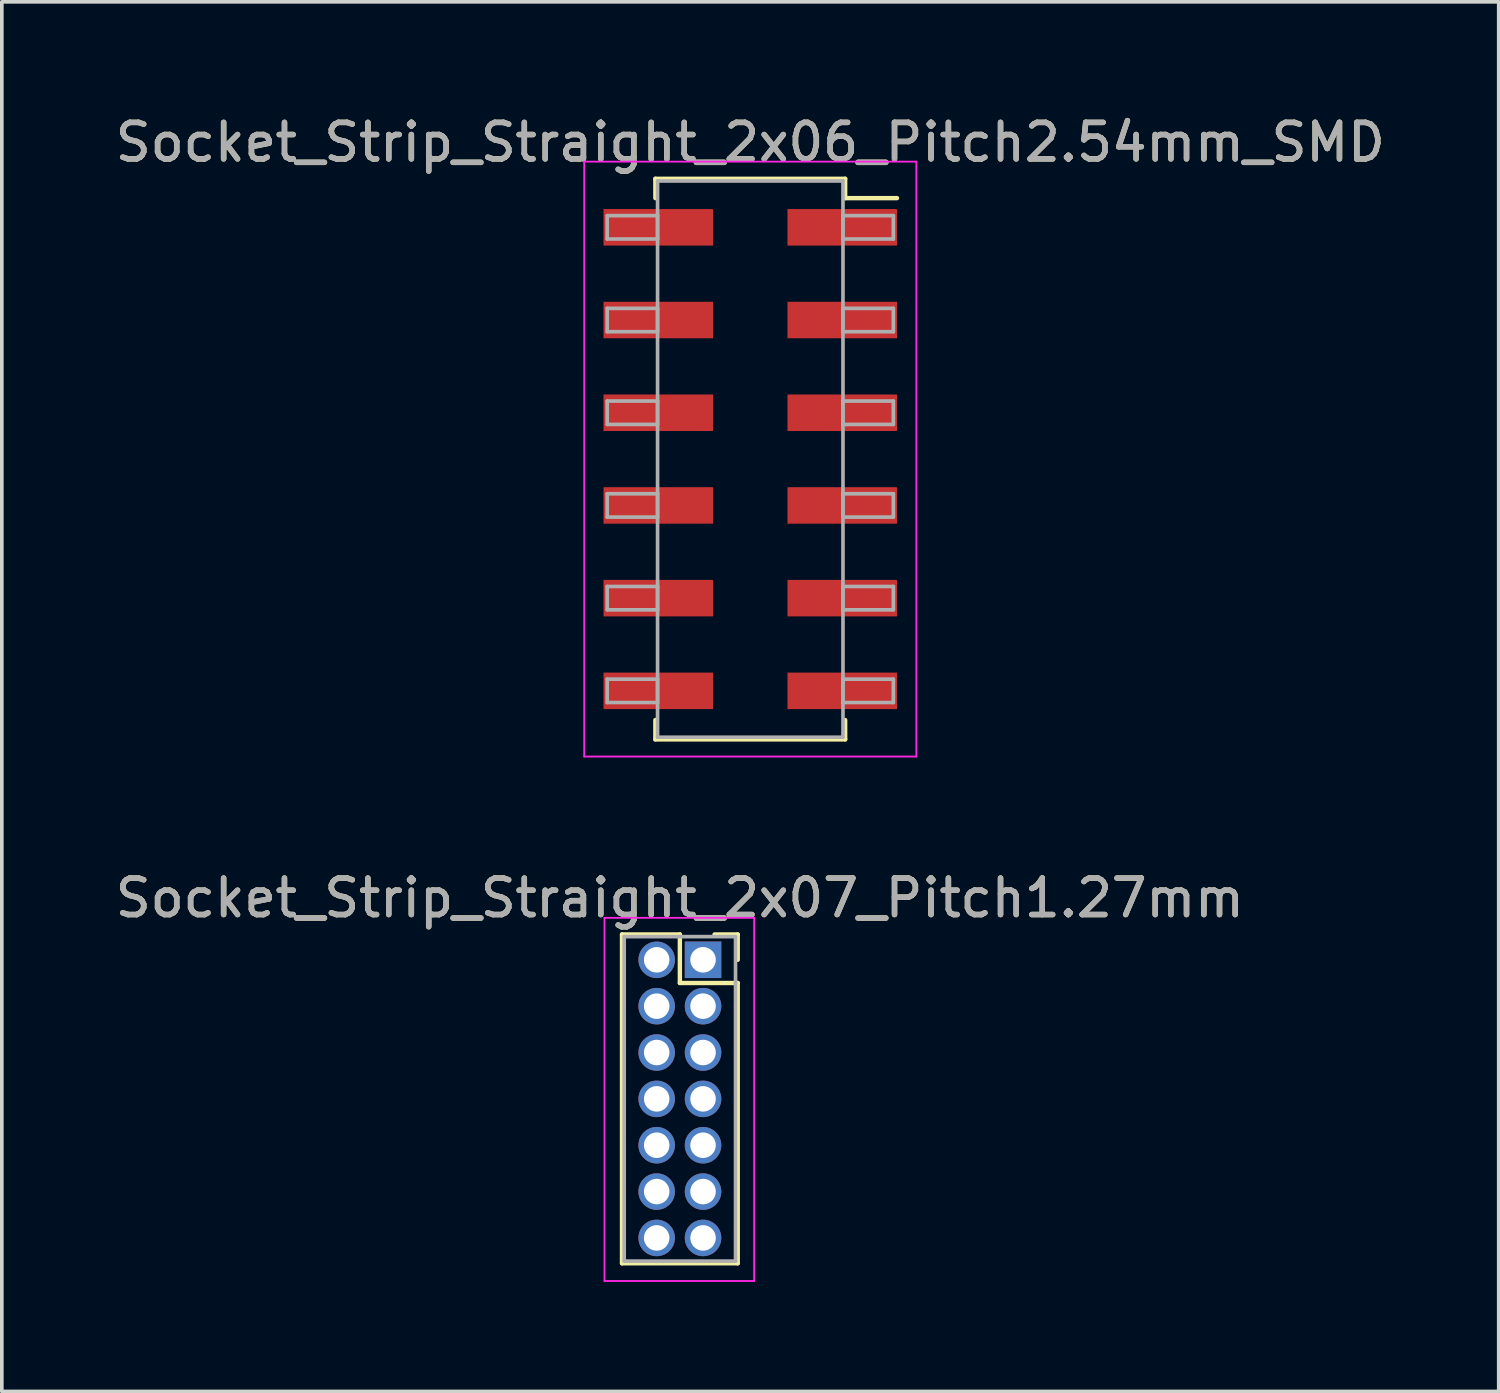
<source format=kicad_pcb>
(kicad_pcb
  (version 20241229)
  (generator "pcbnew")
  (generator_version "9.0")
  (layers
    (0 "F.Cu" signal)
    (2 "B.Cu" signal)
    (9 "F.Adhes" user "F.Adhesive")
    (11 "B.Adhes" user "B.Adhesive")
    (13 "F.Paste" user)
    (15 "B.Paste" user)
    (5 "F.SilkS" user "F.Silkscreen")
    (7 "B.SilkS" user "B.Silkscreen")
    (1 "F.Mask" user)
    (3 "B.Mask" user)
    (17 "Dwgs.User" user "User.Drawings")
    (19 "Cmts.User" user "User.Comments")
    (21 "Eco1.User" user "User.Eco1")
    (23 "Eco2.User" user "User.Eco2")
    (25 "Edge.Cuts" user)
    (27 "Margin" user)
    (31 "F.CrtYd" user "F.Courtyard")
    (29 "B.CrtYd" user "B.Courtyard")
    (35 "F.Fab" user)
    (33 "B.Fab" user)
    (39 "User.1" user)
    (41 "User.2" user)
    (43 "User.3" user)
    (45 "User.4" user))
  (footprint "Socket_Strip_Straight_2x06_Pitch2.54mm_SMD"
    (layer "F.Cu")
    (at 17.506 9.528)
    (property "Reference" "Socket_Strip_Straight_2x06_Pitch2.54mm_SMD" (at 0 -8.68 0) (layer "F.SilkS") (effects (font (size 1 1) (thickness 0.15))))
    (attr smd)
    (fp_line (start -2.6 -7.68) (end 2.6 -7.68) (stroke (width 0.12) (type solid)) (layer "F.SilkS"))
    (fp_line (start -2.6 -7.15) (end -2.6 -7.68) (stroke (width 0.12) (type solid)) (layer "F.SilkS"))
    (fp_line (start -2.6 7.15) (end -2.6 7.68) (stroke (width 0.12) (type solid)) (layer "F.SilkS"))
    (fp_line (start -2.6 7.68) (end 2.6 7.68) (stroke (width 0.12) (type solid)) (layer "F.SilkS"))
    (fp_line (start 2.6 -7.68) (end 2.6 -7.15) (stroke (width 0.12) (type solid)) (layer "F.SilkS"))
    (fp_line (start 2.6 7.68) (end 2.6 7.15) (stroke (width 0.12) (type solid)) (layer "F.SilkS"))
    (fp_line (start 4.02 -7.15) (end 2.6 -7.15) (stroke (width 0.12) (type solid)) (layer "F.SilkS"))
    (fp_line (start -4.55 -8.15) (end -4.55 8.15) (stroke (width 0.05) (type solid)) (layer "F.CrtYd"))
    (fp_line (start -4.55 8.15) (end 4.55 8.15) (stroke (width 0.05) (type solid)) (layer "F.CrtYd"))
    (fp_line (start 4.55 -8.15) (end -4.55 -8.15) (stroke (width 0.05) (type solid)) (layer "F.CrtYd"))
    (fp_line (start 4.55 8.15) (end 4.55 -8.15) (stroke (width 0.05) (type solid)) (layer "F.CrtYd"))
    (fp_line (start -3.92 -6.67) (end -2.54 -6.67) (stroke (width 0.1) (type solid)) (layer "F.Fab"))
    (fp_line (start -3.92 -6.03) (end -3.92 -6.67) (stroke (width 0.1) (type solid)) (layer "F.Fab"))
    (fp_line (start -3.92 -4.13) (end -2.54 -4.13) (stroke (width 0.1) (type solid)) (layer "F.Fab"))
    (fp_line (start -3.92 -3.49) (end -3.92 -4.13) (stroke (width 0.1) (type solid)) (layer "F.Fab"))
    (fp_line (start -3.92 -1.59) (end -2.54 -1.59) (stroke (width 0.1) (type solid)) (layer "F.Fab"))
    (fp_line (start -3.92 -0.95) (end -3.92 -1.59) (stroke (width 0.1) (type solid)) (layer "F.Fab"))
    (fp_line (start -3.92 0.95) (end -2.54 0.95) (stroke (width 0.1) (type solid)) (layer "F.Fab"))
    (fp_line (start -3.92 1.59) (end -3.92 0.95) (stroke (width 0.1) (type solid)) (layer "F.Fab"))
    (fp_line (start -3.92 3.49) (end -2.54 3.49) (stroke (width 0.1) (type solid)) (layer "F.Fab"))
    (fp_line (start -3.92 4.13) (end -3.92 3.49) (stroke (width 0.1) (type solid)) (layer "F.Fab"))
    (fp_line (start -3.92 6.03) (end -2.54 6.03) (stroke (width 0.1) (type solid)) (layer "F.Fab"))
    (fp_line (start -3.92 6.67) (end -3.92 6.03) (stroke (width 0.1) (type solid)) (layer "F.Fab"))
    (fp_line (start -2.54 -7.62) (end -2.54 7.62) (stroke (width 0.1) (type solid)) (layer "F.Fab"))
    (fp_line (start -2.54 -6.67) (end -2.54 -6.03) (stroke (width 0.1) (type solid)) (layer "F.Fab"))
    (fp_line (start -2.54 -6.03) (end -3.92 -6.03) (stroke (width 0.1) (type solid)) (layer "F.Fab"))
    (fp_line (start -2.54 -4.13) (end -2.54 -3.49) (stroke (width 0.1) (type solid)) (layer "F.Fab"))
    (fp_line (start -2.54 -3.49) (end -3.92 -3.49) (stroke (width 0.1) (type solid)) (layer "F.Fab"))
    (fp_line (start -2.54 -1.59) (end -2.54 -0.95) (stroke (width 0.1) (type solid)) (layer "F.Fab"))
    (fp_line (start -2.54 -0.95) (end -3.92 -0.95) (stroke (width 0.1) (type solid)) (layer "F.Fab"))
    (fp_line (start -2.54 0.95) (end -2.54 1.59) (stroke (width 0.1) (type solid)) (layer "F.Fab"))
    (fp_line (start -2.54 1.59) (end -3.92 1.59) (stroke (width 0.1) (type solid)) (layer "F.Fab"))
    (fp_line (start -2.54 3.49) (end -2.54 4.13) (stroke (width 0.1) (type solid)) (layer "F.Fab"))
    (fp_line (start -2.54 4.13) (end -3.92 4.13) (stroke (width 0.1) (type solid)) (layer "F.Fab"))
    (fp_line (start -2.54 6.03) (end -2.54 6.67) (stroke (width 0.1) (type solid)) (layer "F.Fab"))
    (fp_line (start -2.54 6.67) (end -3.92 6.67) (stroke (width 0.1) (type solid)) (layer "F.Fab"))
    (fp_line (start -2.54 7.62) (end 2.54 7.62) (stroke (width 0.1) (type solid)) (layer "F.Fab"))
    (fp_line (start 2.54 -7.62) (end -2.54 -7.62) (stroke (width 0.1) (type solid)) (layer "F.Fab"))
    (fp_line (start 2.54 -6.67) (end 2.54 -6.03) (stroke (width 0.1) (type solid)) (layer "F.Fab"))
    (fp_line (start 2.54 -6.03) (end 3.92 -6.03) (stroke (width 0.1) (type solid)) (layer "F.Fab"))
    (fp_line (start 2.54 -4.13) (end 2.54 -3.49) (stroke (width 0.1) (type solid)) (layer "F.Fab"))
    (fp_line (start 2.54 -3.49) (end 3.92 -3.49) (stroke (width 0.1) (type solid)) (layer "F.Fab"))
    (fp_line (start 2.54 -1.59) (end 2.54 -0.95) (stroke (width 0.1) (type solid)) (layer "F.Fab"))
    (fp_line (start 2.54 -0.95) (end 3.92 -0.95) (stroke (width 0.1) (type solid)) (layer "F.Fab"))
    (fp_line (start 2.54 0.95) (end 2.54 1.59) (stroke (width 0.1) (type solid)) (layer "F.Fab"))
    (fp_line (start 2.54 1.59) (end 3.92 1.59) (stroke (width 0.1) (type solid)) (layer "F.Fab"))
    (fp_line (start 2.54 3.49) (end 2.54 4.13) (stroke (width 0.1) (type solid)) (layer "F.Fab"))
    (fp_line (start 2.54 4.13) (end 3.92 4.13) (stroke (width 0.1) (type solid)) (layer "F.Fab"))
    (fp_line (start 2.54 6.03) (end 2.54 6.67) (stroke (width 0.1) (type solid)) (layer "F.Fab"))
    (fp_line (start 2.54 6.67) (end 3.92 6.67) (stroke (width 0.1) (type solid)) (layer "F.Fab"))
    (fp_line (start 2.54 7.62) (end 2.54 -7.62) (stroke (width 0.1) (type solid)) (layer "F.Fab"))
    (fp_line (start 3.92 -6.67) (end 2.54 -6.67) (stroke (width 0.1) (type solid)) (layer "F.Fab"))
    (fp_line (start 3.92 -6.03) (end 3.92 -6.67) (stroke (width 0.1) (type solid)) (layer "F.Fab"))
    (fp_line (start 3.92 -4.13) (end 2.54 -4.13) (stroke (width 0.1) (type solid)) (layer "F.Fab"))
    (fp_line (start 3.92 -3.49) (end 3.92 -4.13) (stroke (width 0.1) (type solid)) (layer "F.Fab"))
    (fp_line (start 3.92 -1.59) (end 2.54 -1.59) (stroke (width 0.1) (type solid)) (layer "F.Fab"))
    (fp_line (start 3.92 -0.95) (end 3.92 -1.59) (stroke (width 0.1) (type solid)) (layer "F.Fab"))
    (fp_line (start 3.92 0.95) (end 2.54 0.95) (stroke (width 0.1) (type solid)) (layer "F.Fab"))
    (fp_line (start 3.92 1.59) (end 3.92 0.95) (stroke (width 0.1) (type solid)) (layer "F.Fab"))
    (fp_line (start 3.92 3.49) (end 2.54 3.49) (stroke (width 0.1) (type solid)) (layer "F.Fab"))
    (fp_line (start 3.92 4.13) (end 3.92 3.49) (stroke (width 0.1) (type solid)) (layer "F.Fab"))
    (fp_line (start 3.92 6.03) (end 2.54 6.03) (stroke (width 0.1) (type solid)) (layer "F.Fab"))
    (fp_line (start 3.92 6.67) (end 3.92 6.03) (stroke (width 0.1) (type solid)) (layer "F.Fab"))
    (fp_text user "${REFERENCE}" (at 0 -8.68 0) (layer "F.Fab") (effects (font (size 1 1) (thickness 0.15))))
    (pad "1" smd rect (at 2.52 -6.35) (size 3 1) (layers "F.Cu" "F.Mask" "F.Paste"))
    (pad "2" smd rect (at -2.52 -6.35) (size 3 1) (layers "F.Cu" "F.Mask" "F.Paste"))
    (pad "3" smd rect (at 2.52 -3.81) (size 3 1) (layers "F.Cu" "F.Mask" "F.Paste"))
    (pad "4" smd rect (at -2.52 -3.81) (size 3 1) (layers "F.Cu" "F.Mask" "F.Paste"))
    (pad "5" smd rect (at 2.52 -1.27) (size 3 1) (layers "F.Cu" "F.Mask" "F.Paste"))
    (pad "6" smd rect (at -2.52 -1.27) (size 3 1) (layers "F.Cu" "F.Mask" "F.Paste"))
    (pad "7" smd rect (at 2.52 1.27) (size 3 1) (layers "F.Cu" "F.Mask" "F.Paste"))
    (pad "8" smd rect (at -2.52 1.27) (size 3 1) (layers "F.Cu" "F.Mask" "F.Paste"))
    (pad "9" smd rect (at 2.52 3.81) (size 3 1) (layers "F.Cu" "F.Mask" "F.Paste"))
    (pad "10" smd rect (at -2.52 3.81) (size 3 1) (layers "F.Cu" "F.Mask" "F.Paste"))
    (pad "11" smd rect (at 2.52 6.35) (size 3 1) (layers "F.Cu" "F.Mask" "F.Paste"))
    (pad "12" smd rect (at -2.52 6.35) (size 3 1) (layers "F.Cu" "F.Mask" "F.Paste")))
  (footprint "Socket_Strip_Straight_2x07_Pitch1.27mm"
    (layer "F.Cu")
    (at 16.212 23.247)
    (property "Reference" "Socket_Strip_Straight_2x07_Pitch1.27mm" (at -0.635 -1.695 0) (layer "F.SilkS") (effects (font (size 1 1) (thickness 0.15))))
    (attr through_hole)
    (fp_line (start -2.22 -0.695) (end -0.635 -0.695) (stroke (width 0.12) (type solid)) (layer "F.SilkS"))
    (fp_line (start -2.22 8.315) (end -2.22 -0.695) (stroke (width 0.12) (type solid)) (layer "F.SilkS"))
    (fp_line (start -0.635 -0.695) (end -0.635 0.635) (stroke (width 0.12) (type solid)) (layer "F.SilkS"))
    (fp_line (start -0.635 0.635) (end 0.95 0.635) (stroke (width 0.12) (type solid)) (layer "F.SilkS"))
    (fp_line (start 0.95 -0.695) (end 0.315 -0.695) (stroke (width 0.12) (type solid)) (layer "F.SilkS"))
    (fp_line (start 0.95 0) (end 0.95 -0.695) (stroke (width 0.12) (type solid)) (layer "F.SilkS"))
    (fp_line (start 0.95 0.635) (end 0.95 8.315) (stroke (width 0.12) (type solid)) (layer "F.SilkS"))
    (fp_line (start 0.95 8.315) (end -2.22 8.315) (stroke (width 0.12) (type solid)) (layer "F.SilkS"))
    (fp_line (start -2.7 -1.15) (end -2.7 8.8) (stroke (width 0.05) (type solid)) (layer "F.CrtYd"))
    (fp_line (start -2.7 8.8) (end 1.4 8.8) (stroke (width 0.05) (type solid)) (layer "F.CrtYd"))
    (fp_line (start 1.4 -1.15) (end -2.7 -1.15) (stroke (width 0.05) (type solid)) (layer "F.CrtYd"))
    (fp_line (start 1.4 8.8) (end 1.4 -1.15) (stroke (width 0.05) (type solid)) (layer "F.CrtYd"))
    (fp_line (start -2.16 -0.635) (end -2.16 8.255) (stroke (width 0.1) (type solid)) (layer "F.Fab"))
    (fp_line (start -2.16 8.255) (end 0.89 8.255) (stroke (width 0.1) (type solid)) (layer "F.Fab"))
    (fp_line (start 0.89 -0.635) (end -2.16 -0.635) (stroke (width 0.1) (type solid)) (layer "F.Fab"))
    (fp_line (start 0.89 8.255) (end 0.89 -0.635) (stroke (width 0.1) (type solid)) (layer "F.Fab"))
    (fp_text user "${REFERENCE}" (at -0.635 -1.695 0) (layer "F.Fab") (effects (font (size 1 1) (thickness 0.15))))
    (pad "1" thru_hole rect (at 0 0) (size 1 1) (drill 0.7) (layers "*.Cu" "*.Mask"))
    (pad "2" thru_hole oval (at -1.27 0) (size 1 1) (drill 0.7) (layers "*.Cu" "*.Mask"))
    (pad "3" thru_hole oval (at 0 1.27) (size 1 1) (drill 0.7) (layers "*.Cu" "*.Mask"))
    (pad "4" thru_hole oval (at -1.27 1.27) (size 1 1) (drill 0.7) (layers "*.Cu" "*.Mask"))
    (pad "5" thru_hole oval (at 0 2.54) (size 1 1) (drill 0.7) (layers "*.Cu" "*.Mask"))
    (pad "6" thru_hole oval (at -1.27 2.54) (size 1 1) (drill 0.7) (layers "*.Cu" "*.Mask"))
    (pad "7" thru_hole oval (at 0 3.81) (size 1 1) (drill 0.7) (layers "*.Cu" "*.Mask"))
    (pad "8" thru_hole oval (at -1.27 3.81) (size 1 1) (drill 0.7) (layers "*.Cu" "*.Mask"))
    (pad "9" thru_hole oval (at 0 5.08) (size 1 1) (drill 0.7) (layers "*.Cu" "*.Mask"))
    (pad "10" thru_hole oval (at -1.27 5.08) (size 1 1) (drill 0.7) (layers "*.Cu" "*.Mask"))
    (pad "11" thru_hole oval (at 0 6.35) (size 1 1) (drill 0.7) (layers "*.Cu" "*.Mask"))
    (pad "12" thru_hole oval (at -1.27 6.35) (size 1 1) (drill 0.7) (layers "*.Cu" "*.Mask"))
    (pad "13" thru_hole oval (at 0 7.62) (size 1 1) (drill 0.7) (layers "*.Cu" "*.Mask"))
    (pad "14" thru_hole oval (at -1.27 7.62) (size 1 1) (drill 0.7) (layers "*.Cu" "*.Mask")))
  (gr_rect
    (start -3 -3)
    (end 38.012 35.072)
    (stroke (width 0.1) (type default))
    (fill no)
    (layer "Edge.Cuts")))
</source>
